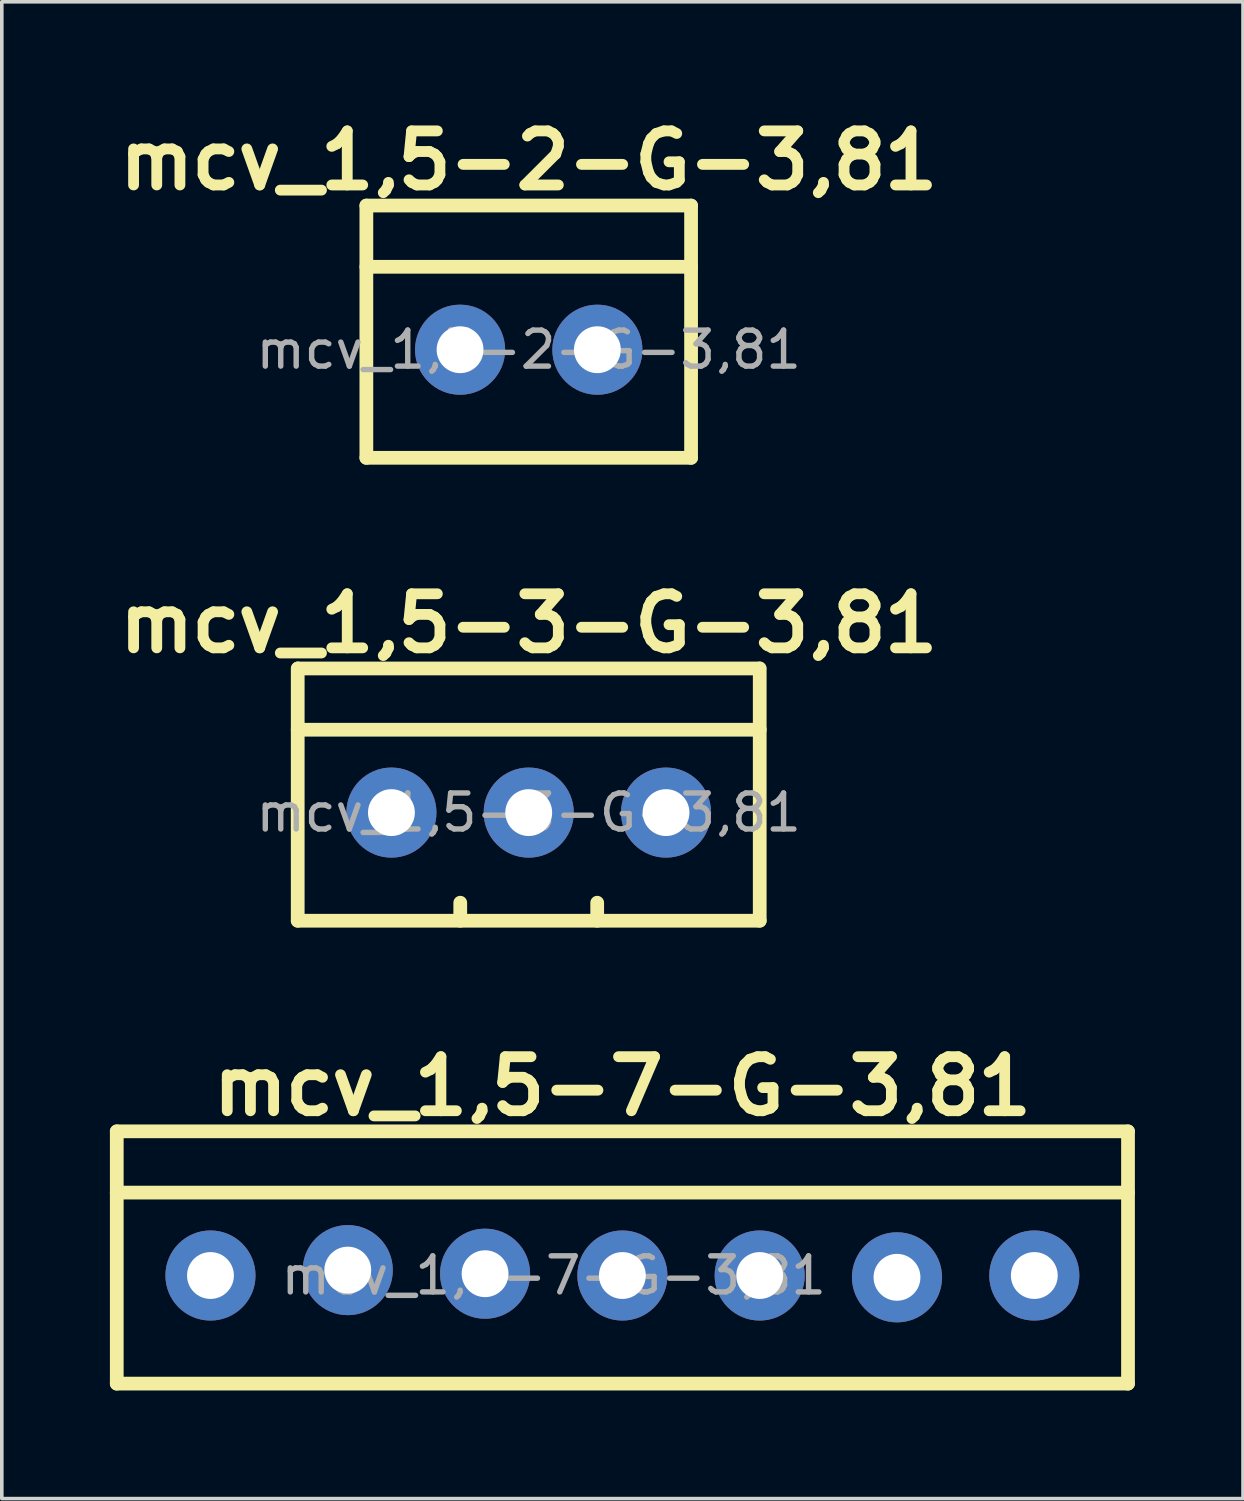
<source format=kicad_pcb>
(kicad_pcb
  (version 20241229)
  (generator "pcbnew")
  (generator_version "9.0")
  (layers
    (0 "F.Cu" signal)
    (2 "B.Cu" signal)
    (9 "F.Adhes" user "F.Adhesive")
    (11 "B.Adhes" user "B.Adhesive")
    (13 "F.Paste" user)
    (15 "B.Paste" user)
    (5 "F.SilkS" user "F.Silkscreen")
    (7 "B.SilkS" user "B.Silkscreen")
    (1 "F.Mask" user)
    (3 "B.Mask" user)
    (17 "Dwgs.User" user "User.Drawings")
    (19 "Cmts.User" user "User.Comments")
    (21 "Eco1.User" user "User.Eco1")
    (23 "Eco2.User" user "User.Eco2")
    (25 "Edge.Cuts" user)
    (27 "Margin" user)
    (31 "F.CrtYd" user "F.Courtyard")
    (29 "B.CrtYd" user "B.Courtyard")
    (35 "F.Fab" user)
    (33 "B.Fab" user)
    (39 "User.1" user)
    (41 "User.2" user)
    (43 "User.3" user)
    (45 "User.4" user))
  (footprint "mcv_1,5-2-G-3,81"
    (layer "F.Cu")
    (at 11.621 6.654)
    (property "Reference" "mcv_1,5-2-G-3,81" (at 0 -5.25 0) (layer "F.SilkS") (effects (font (size 1.5 1.5) (thickness 0.3))))
    (attr through_hole)
    (fp_line (start -4.505 -4) (end -4.505 3) (stroke (width 0.381) (type solid)) (layer "F.SilkS"))
    (fp_line (start -4.505 -2.3) (end 4.505 -2.3) (stroke (width 0.381) (type solid)) (layer "F.SilkS"))
    (fp_line (start -4.505 3) (end 4.505 3) (stroke (width 0.381) (type solid)) (layer "F.SilkS"))
    (fp_line (start 4.505 -4) (end -4.505 -4) (stroke (width 0.381) (type solid)) (layer "F.SilkS"))
    (fp_line (start 4.505 3) (end 4.505 -4) (stroke (width 0.381) (type solid)) (layer "F.SilkS"))
    (fp_text user "${REFERENCE}" (at 0 0 0) (layer "F.Fab") (effects (font (size 1 1) (thickness 0.15))))
    (pad "1" thru_hole circle (at -1.905 0) (size 2.5 2.5) (drill 1.3) (layers "*.Cu" "*.Mask"))
    (pad "2" thru_hole circle (at 1.905 0) (size 2.5 2.5) (drill 1.3) (layers "*.Cu" "*.Mask")))
  (footprint "mcv_1,5-3-G-3,81"
    (layer "F.Cu")
    (at 11.621 19.498)
    (property "Reference" "mcv_1,5-3-G-3,81" (at 0 -5.25 0) (layer "F.SilkS") (effects (font (size 1.5 1.5) (thickness 0.3))))
    (attr through_hole)
    (fp_line (start -6.41 -4) (end -6.41 3) (stroke (width 0.381) (type solid)) (layer "F.SilkS"))
    (fp_line (start -6.41 -2.3) (end 6.41 -2.3) (stroke (width 0.381) (type solid)) (layer "F.SilkS"))
    (fp_line (start -6.41 3) (end 6.41 3) (stroke (width 0.381) (type solid)) (layer "F.SilkS"))
    (fp_line (start -1.9 2.5) (end -1.9 3) (stroke (width 0.381) (type solid)) (layer "F.SilkS"))
    (fp_line (start 1.9 2.5) (end 1.9 3) (stroke (width 0.381) (type solid)) (layer "F.SilkS"))
    (fp_line (start 6.4 -4) (end -6.4 -4) (stroke (width 0.381) (type solid)) (layer "F.SilkS"))
    (fp_line (start 6.41 3) (end 6.41 -4) (stroke (width 0.381) (type solid)) (layer "F.SilkS"))
    (fp_text user "${REFERENCE}" (at 0 0 0) (layer "F.Fab") (effects (font (size 1 1) (thickness 0.15))))
    (pad "1" thru_hole circle (at -3.81 0) (size 2.5 2.5) (drill 1.3) (layers "*.Cu" "*.Mask"))
    (pad "2" thru_hole circle (at 0 0) (size 2.5 2.5) (drill 1.3) (layers "*.Cu" "*.Mask"))
    (pad "3" thru_hole circle (at 3.81 0) (size 2.5 2.5) (drill 1.3) (layers "*.Cu" "*.Mask")))
  (footprint "mcv_1,5-7-G-3,81"
    (layer "F.Cu")
    (at 14.22 32.343)
    (property "Reference" "mcv_1,5-7-G-3,81" (at 0 -5.25 0) (layer "F.SilkS") (effects (font (size 1.5 1.5) (thickness 0.3))))
    (attr through_hole)
    (fp_line (start -14.03 -4) (end -14.03 3) (stroke (width 0.381) (type solid)) (layer "F.SilkS"))
    (fp_line (start -14.03 -2.3) (end 14.03 -2.3) (stroke (width 0.381) (type solid)) (layer "F.SilkS"))
    (fp_line (start -14.03 3) (end 14.03 3) (stroke (width 0.381) (type solid)) (layer "F.SilkS"))
    (fp_line (start 14.03 -4) (end -14.03 -4) (stroke (width 0.381) (type solid)) (layer "F.SilkS"))
    (fp_line (start 14.03 3) (end 14.03 -4) (stroke (width 0.381) (type solid)) (layer "F.SilkS"))
    (fp_text user "${REFERENCE}" (at -1.905 0 0) (layer "F.Fab") (effects (font (size 1 1) (thickness 0.15))))
    (pad "1" thru_hole circle (at -11.43 0) (size 2.5 2.5) (drill 1.3) (layers "*.Cu" "*.Mask"))
    (pad "2" thru_hole circle (at -7.62 -0.15) (size 2.5 2.5) (drill 1.3) (layers "*.Cu" "*.Mask"))
    (pad "3" thru_hole circle (at -3.81 -0.05) (size 2.5 2.5) (drill 1.3) (layers "*.Cu" "*.Mask"))
    (pad "4" thru_hole circle (at 0 0) (size 2.5 2.5) (drill 1.3) (layers "*.Cu" "*.Mask"))
    (pad "5" thru_hole circle (at 3.81 0) (size 2.5 2.5) (drill 1.3) (layers "*.Cu" "*.Mask"))
    (pad "6" thru_hole circle (at 7.62 0.05) (size 2.5 2.5) (drill 1.3) (layers "*.Cu" "*.Mask"))
    (pad "7" thru_hole circle (at 11.43 0) (size 2.5 2.5) (drill 1.3) (layers "*.Cu" "*.Mask")))
  (gr_rect
    (start -3 -3)
    (end 31.441 38.533)
    (stroke (width 0.1) (type default))
    (fill no)
    (layer "Edge.Cuts")))
</source>
